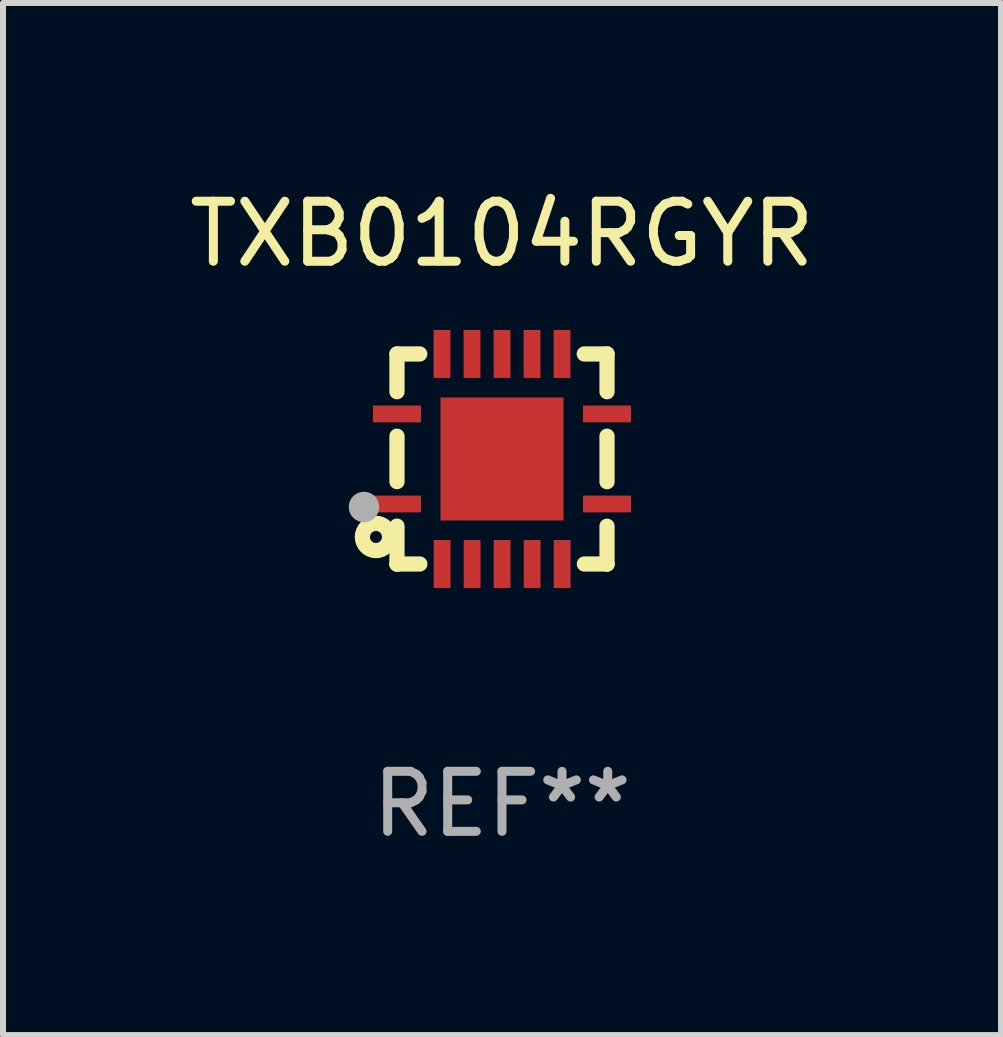
<source format=kicad_pcb>
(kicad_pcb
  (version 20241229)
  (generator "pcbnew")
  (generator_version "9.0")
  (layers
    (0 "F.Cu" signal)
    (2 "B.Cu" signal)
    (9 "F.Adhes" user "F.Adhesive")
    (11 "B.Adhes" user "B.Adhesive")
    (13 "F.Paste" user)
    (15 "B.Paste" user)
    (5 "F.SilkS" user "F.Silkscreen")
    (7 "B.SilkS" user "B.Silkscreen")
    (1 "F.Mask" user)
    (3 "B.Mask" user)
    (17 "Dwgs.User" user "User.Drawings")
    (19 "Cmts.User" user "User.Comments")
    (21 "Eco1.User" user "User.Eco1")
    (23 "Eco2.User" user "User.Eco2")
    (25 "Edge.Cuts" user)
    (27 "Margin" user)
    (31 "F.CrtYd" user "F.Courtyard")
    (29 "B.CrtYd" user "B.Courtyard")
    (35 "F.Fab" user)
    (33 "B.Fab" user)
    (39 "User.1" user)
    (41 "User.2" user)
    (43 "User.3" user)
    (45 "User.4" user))
  (footprint "TXB0104RGYR"
    (layer "F.Cu")
    (at 5.315 4.598)
    (property "Reference" "TXB0104RGYR" (at 0 -3.75 0) (layer "F.SilkS") (effects (font (size 1 1) (thickness 0.15))))
    (attr through_hole)
    (fp_line (start -1.75 1.75) (end -1.37 1.75) (stroke (width 0.254) (type solid)) (layer "F.SilkS"))
    (fp_line (start -1.75 -1.75) (end -1.75 -1.121) (stroke (width 0.254) (type solid)) (layer "F.SilkS"))
    (fp_line (start -1.75 -0.379) (end -1.75 0.377) (stroke (width 0.254) (type solid)) (layer "F.SilkS"))
    (fp_line (start -1.75 1.119) (end -1.75 1.75) (stroke (width 0.254) (type solid)) (layer "F.SilkS"))
    (fp_line (start -1.75 1.75) (end -1.75 1.75) (stroke (width 0.254) (type solid)) (layer "F.SilkS"))
    (fp_line (start -1.371 -1.75) (end -1.75 -1.75) (stroke (width 0.254) (type solid)) (layer "F.SilkS"))
    (fp_line (start 1.373 1.75) (end 1.75 1.75) (stroke (width 0.254) (type solid)) (layer "F.SilkS"))
    (fp_line (start 1.75 1.75) (end 1.75 1.75) (stroke (width 0.254) (type solid)) (layer "F.SilkS"))
    (fp_line (start 1.75 -1.75) (end 1.371 -1.75) (stroke (width 0.254) (type solid)) (layer "F.SilkS"))
    (fp_line (start 1.75 -1.121) (end 1.75 -1.75) (stroke (width 0.254) (type solid)) (layer "F.SilkS"))
    (fp_line (start 1.75 0.379) (end 1.75 -0.379) (stroke (width 0.254) (type solid)) (layer "F.SilkS"))
    (fp_line (start 1.75 1.75) (end 1.75 1.121) (stroke (width 0.254) (type solid)) (layer "F.SilkS"))
    (fp_circle (center -2.1 1.3) (end -2 1.3) (stroke (width 0.254) (type solid)) (fill no) (layer "F.SilkS"))
    (fp_circle (center -1.747 1.751) (end -1.717 1.751) (stroke (width 0.06) (type solid)) (fill no) (layer "F.SilkS"))
    (fp_circle (center -2.3 0.8) (end -2.173 0.8) (stroke (width 0.254) (type solid)) (fill no) (layer "F.Fab"))
    (fp_text user "REF**" (at 0 5.75 0) (layer "F.Fab") (effects (font (size 1 1) (thickness 0.15))))
    (pad "1" smd rect (at -1.75 0.75 270) (size 0.28 0.8) (layers "F.Cu" "F.Mask" "F.Paste"))
    (pad "2" smd rect (at -0.998 1.75 180) (size 0.28 0.8) (layers "F.Cu" "F.Mask" "F.Paste"))
    (pad "3" smd rect (at -0.498 1.75 180) (size 0.28 0.8) (layers "F.Cu" "F.Mask" "F.Paste"))
    (pad "4" smd rect (at 0.002 1.75 180) (size 0.28 0.8) (layers "F.Cu" "F.Mask" "F.Paste"))
    (pad "5" smd rect (at 0.502 1.75 180) (size 0.28 0.8) (layers "F.Cu" "F.Mask" "F.Paste"))
    (pad "6" smd rect (at 1.002 1.75 180) (size 0.28 0.8) (layers "F.Cu" "F.Mask" "F.Paste"))
    (pad "7" smd rect (at 1.75 0.75 270) (size 0.28 0.8) (layers "F.Cu" "F.Mask" "F.Paste"))
    (pad "8" smd rect (at 1.75 -0.75 270) (size 0.28 0.8) (layers "F.Cu" "F.Mask" "F.Paste"))
    (pad "9" smd rect (at 1 -1.75) (size 0.28 0.8) (layers "F.Cu" "F.Mask" "F.Paste"))
    (pad "10" smd rect (at 0.5 -1.75) (size 0.28 0.8) (layers "F.Cu" "F.Mask" "F.Paste"))
    (pad "11" smd rect (at 0 -1.75) (size 0.28 0.8) (layers "F.Cu" "F.Mask" "F.Paste"))
    (pad "12" smd rect (at -0.5 -1.75) (size 0.28 0.8) (layers "F.Cu" "F.Mask" "F.Paste"))
    (pad "13" smd rect (at -1 -1.75) (size 0.28 0.8) (layers "F.Cu" "F.Mask" "F.Paste"))
    (pad "14" smd rect (at -1.75 -0.75 90) (size 0.28 0.8) (layers "F.Cu" "F.Mask" "F.Paste"))
    (pad "15" smd rect (at 0 0 180) (size 2.05 2.05) (layers "F.Cu" "F.Mask" "F.Paste")))
  (gr_rect
    (start -3 -3)
    (end 13.631 14.197)
    (stroke (width 0.1) (type default))
    (fill no)
    (layer "Edge.Cuts")))
</source>
